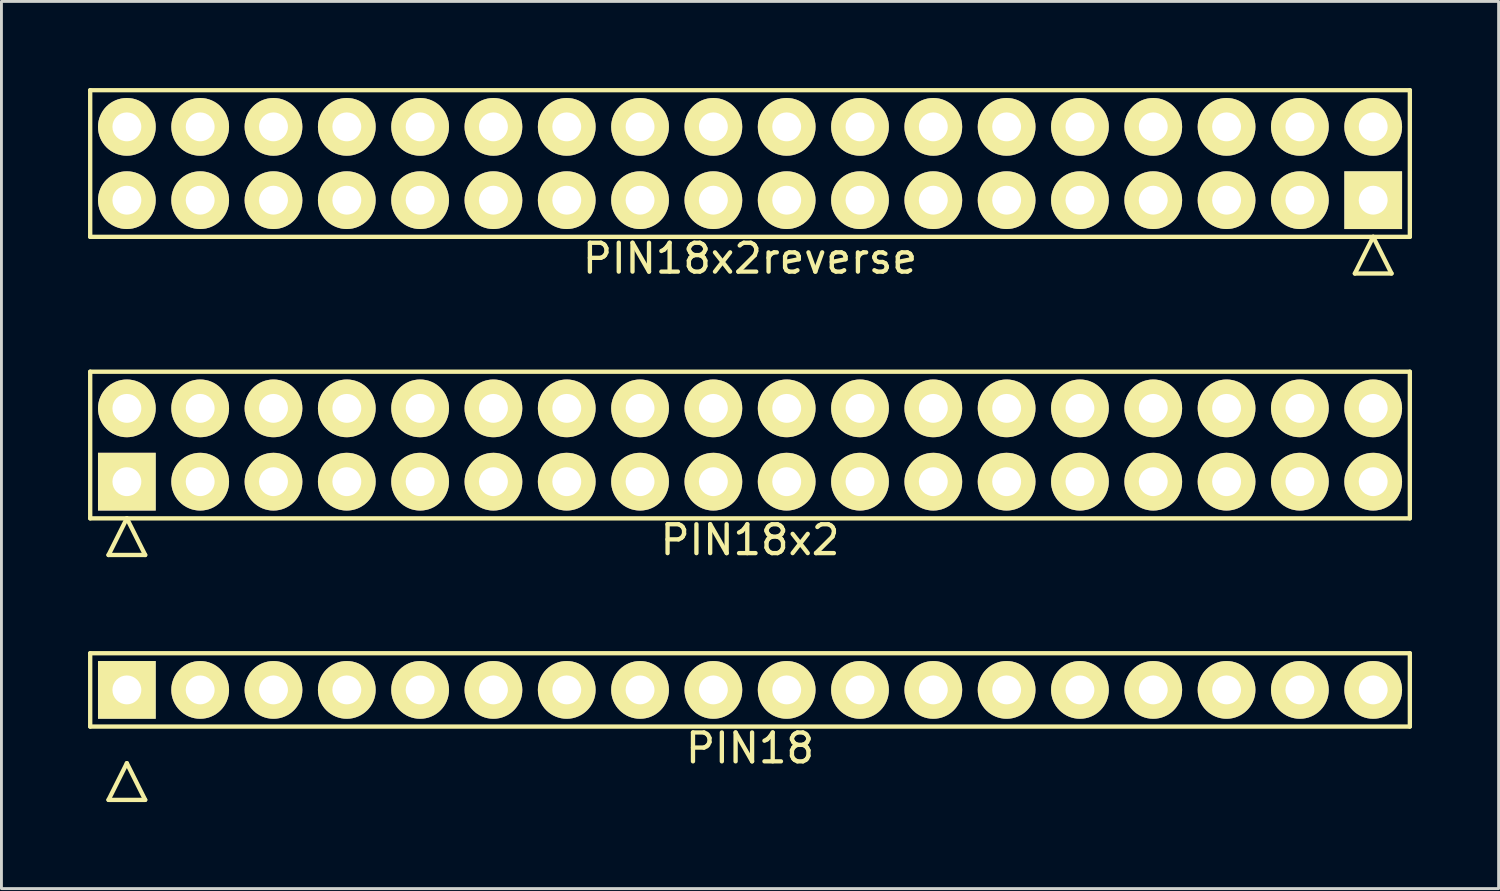
<source format=kicad_pcb>
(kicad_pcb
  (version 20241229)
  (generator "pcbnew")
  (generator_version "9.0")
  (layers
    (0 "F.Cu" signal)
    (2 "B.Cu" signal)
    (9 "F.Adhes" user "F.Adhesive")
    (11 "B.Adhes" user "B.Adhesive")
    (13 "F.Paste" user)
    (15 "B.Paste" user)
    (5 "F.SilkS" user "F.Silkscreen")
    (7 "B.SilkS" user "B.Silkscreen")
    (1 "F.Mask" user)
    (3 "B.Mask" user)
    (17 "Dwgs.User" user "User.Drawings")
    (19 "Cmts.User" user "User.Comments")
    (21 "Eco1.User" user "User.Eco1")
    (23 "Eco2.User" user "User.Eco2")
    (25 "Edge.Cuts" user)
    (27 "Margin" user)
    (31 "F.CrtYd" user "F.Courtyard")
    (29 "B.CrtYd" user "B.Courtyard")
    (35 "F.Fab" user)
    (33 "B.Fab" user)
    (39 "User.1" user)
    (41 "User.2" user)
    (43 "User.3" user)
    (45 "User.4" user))
  (footprint "PIN18x2reverse"
    (layer "F.Cu")
    (at 22.935 2.615)
    (property "Reference" "PIN18x2reverse" (at 0 3.29 0) (layer "F.SilkS") (effects (font (size 1 1) (thickness 0.15))))
    (attr through_hole)
    (fp_line (start -22.86 -2.54) (end 22.86 -2.54) (stroke (width 0.15) (type solid)) (layer "F.SilkS"))
    (fp_line (start -22.86 2.54) (end -22.86 -2.54) (stroke (width 0.15) (type solid)) (layer "F.SilkS"))
    (fp_line (start 20.955 3.81) (end 21.59 2.54) (stroke (width 0.15) (type solid)) (layer "F.SilkS"))
    (fp_line (start 22.225 3.81) (end 20.955 3.81) (stroke (width 0.15) (type solid)) (layer "F.SilkS"))
    (fp_line (start 22.225 3.81) (end 21.59 2.54) (stroke (width 0.15) (type solid)) (layer "F.SilkS"))
    (fp_line (start 22.86 -2.54) (end 22.86 2.54) (stroke (width 0.15) (type solid)) (layer "F.SilkS"))
    (fp_line (start 22.86 2.54) (end -22.86 2.54) (stroke (width 0.15) (type solid)) (layer "F.SilkS"))
    (pad "1" thru_hole rect (at 21.59 1.27 180) (size 2 2) (drill 1) (layers "*.Cu" "*.Mask" "F.SilkS"))
    (pad "2" thru_hole circle (at 21.59 -1.27 180) (size 2 2) (drill 1) (layers "*.Cu" "*.Mask" "F.SilkS"))
    (pad "3" thru_hole circle (at 19.05 1.27 180) (size 2 2) (drill 1) (layers "*.Cu" "*.Mask" "F.SilkS"))
    (pad "4" thru_hole circle (at 19.05 -1.27 180) (size 2 2) (drill 1) (layers "*.Cu" "*.Mask" "F.SilkS"))
    (pad "5" thru_hole circle (at 16.51 1.27 180) (size 2 2) (drill 1) (layers "*.Cu" "*.Mask" "F.SilkS"))
    (pad "6" thru_hole circle (at 16.51 -1.27 180) (size 2 2) (drill 1) (layers "*.Cu" "*.Mask" "F.SilkS"))
    (pad "7" thru_hole circle (at 13.97 1.27 180) (size 2 2) (drill 1) (layers "*.Cu" "*.Mask" "F.SilkS"))
    (pad "8" thru_hole circle (at 13.97 -1.27 180) (size 2 2) (drill 1) (layers "*.Cu" "*.Mask" "F.SilkS"))
    (pad "9" thru_hole circle (at 11.43 1.27 180) (size 2 2) (drill 1) (layers "*.Cu" "*.Mask" "F.SilkS"))
    (pad "10" thru_hole circle (at 11.43 -1.27 180) (size 2 2) (drill 1) (layers "*.Cu" "*.Mask" "F.SilkS"))
    (pad "11" thru_hole circle (at 8.89 1.27 180) (size 2 2) (drill 1) (layers "*.Cu" "*.Mask" "F.SilkS"))
    (pad "12" thru_hole circle (at 8.89 -1.27 180) (size 2 2) (drill 1) (layers "*.Cu" "*.Mask" "F.SilkS"))
    (pad "13" thru_hole circle (at 6.35 1.27 180) (size 2 2) (drill 1) (layers "*.Cu" "*.Mask" "F.SilkS"))
    (pad "14" thru_hole circle (at 6.35 -1.27 180) (size 2 2) (drill 1) (layers "*.Cu" "*.Mask" "F.SilkS"))
    (pad "15" thru_hole circle (at 3.81 1.27 180) (size 2 2) (drill 1) (layers "*.Cu" "*.Mask" "F.SilkS"))
    (pad "16" thru_hole circle (at 3.81 -1.27 180) (size 2 2) (drill 1) (layers "*.Cu" "*.Mask" "F.SilkS"))
    (pad "17" thru_hole circle (at 1.27 1.27 180) (size 2 2) (drill 1) (layers "*.Cu" "*.Mask" "F.SilkS"))
    (pad "18" thru_hole circle (at 1.27 -1.27 180) (size 2 2) (drill 1) (layers "*.Cu" "*.Mask" "F.SilkS"))
    (pad "19" thru_hole circle (at -1.27 1.27 180) (size 2 2) (drill 1) (layers "*.Cu" "*.Mask" "F.SilkS"))
    (pad "20" thru_hole circle (at -1.27 -1.27 180) (size 2 2) (drill 1) (layers "*.Cu" "*.Mask" "F.SilkS"))
    (pad "21" thru_hole circle (at -3.81 1.27 180) (size 2 2) (drill 1) (layers "*.Cu" "*.Mask" "F.SilkS"))
    (pad "22" thru_hole circle (at -3.81 -1.27 180) (size 2 2) (drill 1) (layers "*.Cu" "*.Mask" "F.SilkS"))
    (pad "23" thru_hole circle (at -6.35 1.27 180) (size 2 2) (drill 1) (layers "*.Cu" "*.Mask" "F.SilkS"))
    (pad "24" thru_hole circle (at -6.35 -1.27 180) (size 2 2) (drill 1) (layers "*.Cu" "*.Mask" "F.SilkS"))
    (pad "25" thru_hole circle (at -8.89 1.27 180) (size 2 2) (drill 1) (layers "*.Cu" "*.Mask" "F.SilkS"))
    (pad "26" thru_hole circle (at -8.89 -1.27 180) (size 2 2) (drill 1) (layers "*.Cu" "*.Mask" "F.SilkS"))
    (pad "27" thru_hole circle (at -11.43 1.27 180) (size 2 2) (drill 1) (layers "*.Cu" "*.Mask" "F.SilkS"))
    (pad "28" thru_hole circle (at -11.43 -1.27 180) (size 2 2) (drill 1) (layers "*.Cu" "*.Mask" "F.SilkS"))
    (pad "29" thru_hole circle (at -13.97 1.27 180) (size 2 2) (drill 1) (layers "*.Cu" "*.Mask" "F.SilkS"))
    (pad "30" thru_hole circle (at -13.97 -1.27 180) (size 2 2) (drill 1) (layers "*.Cu" "*.Mask" "F.SilkS"))
    (pad "31" thru_hole circle (at -16.51 1.27 180) (size 2 2) (drill 1) (layers "*.Cu" "*.Mask" "F.SilkS"))
    (pad "32" thru_hole circle (at -16.51 -1.27 180) (size 2 2) (drill 1) (layers "*.Cu" "*.Mask" "F.SilkS"))
    (pad "33" thru_hole circle (at -19.05 1.27 180) (size 2 2) (drill 1) (layers "*.Cu" "*.Mask" "F.SilkS"))
    (pad "34" thru_hole circle (at -19.05 -1.27 180) (size 2 2) (drill 1) (layers "*.Cu" "*.Mask" "F.SilkS"))
    (pad "35" thru_hole circle (at -21.59 1.27 180) (size 2 2) (drill 1) (layers "*.Cu" "*.Mask" "F.SilkS"))
    (pad "36" thru_hole circle (at -21.59 -1.27 180) (size 2 2) (drill 1) (layers "*.Cu" "*.Mask" "F.SilkS")))
  (footprint "PIN18"
    (layer "F.Cu")
    (at 22.935 20.852)
    (property "Reference" "PIN18" (at 0 2.02 0) (layer "F.SilkS") (effects (font (size 1 1) (thickness 0.15))))
    (attr through_hole)
    (fp_line (start -22.86 -1.27) (end -22.86 1.27) (stroke (width 0.15) (type solid)) (layer "F.SilkS"))
    (fp_line (start -22.86 1.27) (end 22.86 1.27) (stroke (width 0.15) (type solid)) (layer "F.SilkS"))
    (fp_line (start -22.225 3.81) (end -21.59 2.54) (stroke (width 0.15) (type solid)) (layer "F.SilkS"))
    (fp_line (start -22.225 3.81) (end -20.955 3.81) (stroke (width 0.15) (type solid)) (layer "F.SilkS"))
    (fp_line (start -20.955 3.81) (end -21.59 2.54) (stroke (width 0.15) (type solid)) (layer "F.SilkS"))
    (fp_line (start 22.86 -1.27) (end -22.86 -1.27) (stroke (width 0.15) (type solid)) (layer "F.SilkS"))
    (fp_line (start 22.86 1.27) (end 22.86 -1.27) (stroke (width 0.15) (type solid)) (layer "F.SilkS"))
    (pad "1" thru_hole rect (at -21.59 0) (size 2 2) (drill 1) (layers "*.Cu" "*.Mask" "F.SilkS"))
    (pad "2" thru_hole circle (at -19.05 0) (size 2 2) (drill 1) (layers "*.Cu" "*.Mask" "F.SilkS"))
    (pad "3" thru_hole circle (at -16.51 0) (size 2 2) (drill 1) (layers "*.Cu" "*.Mask" "F.SilkS"))
    (pad "4" thru_hole circle (at -13.97 0) (size 2 2) (drill 1) (layers "*.Cu" "*.Mask" "F.SilkS"))
    (pad "5" thru_hole circle (at -11.43 0) (size 2 2) (drill 1) (layers "*.Cu" "*.Mask" "F.SilkS"))
    (pad "6" thru_hole circle (at -8.89 0) (size 2 2) (drill 1) (layers "*.Cu" "*.Mask" "F.SilkS"))
    (pad "7" thru_hole circle (at -6.35 0) (size 2 2) (drill 1) (layers "*.Cu" "*.Mask" "F.SilkS"))
    (pad "8" thru_hole circle (at -3.81 0) (size 2 2) (drill 1) (layers "*.Cu" "*.Mask" "F.SilkS"))
    (pad "9" thru_hole circle (at -1.27 0) (size 2 2) (drill 1) (layers "*.Cu" "*.Mask" "F.SilkS"))
    (pad "10" thru_hole circle (at 1.27 0) (size 2 2) (drill 1) (layers "*.Cu" "*.Mask" "F.SilkS"))
    (pad "11" thru_hole circle (at 3.81 0) (size 2 2) (drill 1) (layers "*.Cu" "*.Mask" "F.SilkS"))
    (pad "12" thru_hole circle (at 6.35 0) (size 2 2) (drill 1) (layers "*.Cu" "*.Mask" "F.SilkS"))
    (pad "13" thru_hole circle (at 8.89 0) (size 2 2) (drill 1) (layers "*.Cu" "*.Mask" "F.SilkS"))
    (pad "14" thru_hole circle (at 11.43 0) (size 2 2) (drill 1) (layers "*.Cu" "*.Mask" "F.SilkS"))
    (pad "15" thru_hole circle (at 13.97 0) (size 2 2) (drill 1) (layers "*.Cu" "*.Mask" "F.SilkS"))
    (pad "16" thru_hole circle (at 16.51 0) (size 2 2) (drill 1) (layers "*.Cu" "*.Mask" "F.SilkS"))
    (pad "17" thru_hole circle (at 19.05 0) (size 2 2) (drill 1) (layers "*.Cu" "*.Mask" "F.SilkS"))
    (pad "18" thru_hole circle (at 21.59 0) (size 2 2) (drill 1) (layers "*.Cu" "*.Mask" "F.SilkS")))
  (footprint "PIN18x2"
    (layer "F.Cu")
    (at 22.935 12.368)
    (property "Reference" "PIN18x2" (at 0 3.29 0) (layer "F.SilkS") (effects (font (size 1 1) (thickness 0.15))))
    (attr through_hole)
    (fp_line (start -22.86 -2.54) (end -22.86 2.54) (stroke (width 0.15) (type solid)) (layer "F.SilkS"))
    (fp_line (start -22.86 2.54) (end 22.86 2.54) (stroke (width 0.15) (type solid)) (layer "F.SilkS"))
    (fp_line (start -22.225 3.81) (end -21.59 2.54) (stroke (width 0.15) (type solid)) (layer "F.SilkS"))
    (fp_line (start -22.225 3.81) (end -20.955 3.81) (stroke (width 0.15) (type solid)) (layer "F.SilkS"))
    (fp_line (start -20.955 3.81) (end -21.59 2.54) (stroke (width 0.15) (type solid)) (layer "F.SilkS"))
    (fp_line (start 22.86 -2.54) (end -22.86 -2.54) (stroke (width 0.15) (type solid)) (layer "F.SilkS"))
    (fp_line (start 22.86 2.54) (end 22.86 -2.54) (stroke (width 0.15) (type solid)) (layer "F.SilkS"))
    (pad "1" thru_hole rect (at -21.59 1.27) (size 2 2) (drill 1) (layers "*.Cu" "*.Mask" "F.SilkS"))
    (pad "2" thru_hole circle (at -21.59 -1.27) (size 2 2) (drill 1) (layers "*.Cu" "*.Mask" "F.SilkS"))
    (pad "3" thru_hole circle (at -19.05 1.27) (size 2 2) (drill 1) (layers "*.Cu" "*.Mask" "F.SilkS"))
    (pad "4" thru_hole circle (at -19.05 -1.27) (size 2 2) (drill 1) (layers "*.Cu" "*.Mask" "F.SilkS"))
    (pad "5" thru_hole circle (at -16.51 1.27) (size 2 2) (drill 1) (layers "*.Cu" "*.Mask" "F.SilkS"))
    (pad "6" thru_hole circle (at -16.51 -1.27) (size 2 2) (drill 1) (layers "*.Cu" "*.Mask" "F.SilkS"))
    (pad "7" thru_hole circle (at -13.97 1.27) (size 2 2) (drill 1) (layers "*.Cu" "*.Mask" "F.SilkS"))
    (pad "8" thru_hole circle (at -13.97 -1.27) (size 2 2) (drill 1) (layers "*.Cu" "*.Mask" "F.SilkS"))
    (pad "9" thru_hole circle (at -11.43 1.27) (size 2 2) (drill 1) (layers "*.Cu" "*.Mask" "F.SilkS"))
    (pad "10" thru_hole circle (at -11.43 -1.27) (size 2 2) (drill 1) (layers "*.Cu" "*.Mask" "F.SilkS"))
    (pad "11" thru_hole circle (at -8.89 1.27) (size 2 2) (drill 1) (layers "*.Cu" "*.Mask" "F.SilkS"))
    (pad "12" thru_hole circle (at -8.89 -1.27) (size 2 2) (drill 1) (layers "*.Cu" "*.Mask" "F.SilkS"))
    (pad "13" thru_hole circle (at -6.35 1.27) (size 2 2) (drill 1) (layers "*.Cu" "*.Mask" "F.SilkS"))
    (pad "14" thru_hole circle (at -6.35 -1.27) (size 2 2) (drill 1) (layers "*.Cu" "*.Mask" "F.SilkS"))
    (pad "15" thru_hole circle (at -3.81 1.27) (size 2 2) (drill 1) (layers "*.Cu" "*.Mask" "F.SilkS"))
    (pad "16" thru_hole circle (at -3.81 -1.27) (size 2 2) (drill 1) (layers "*.Cu" "*.Mask" "F.SilkS"))
    (pad "17" thru_hole circle (at -1.27 1.27) (size 2 2) (drill 1) (layers "*.Cu" "*.Mask" "F.SilkS"))
    (pad "18" thru_hole circle (at -1.27 -1.27) (size 2 2) (drill 1) (layers "*.Cu" "*.Mask" "F.SilkS"))
    (pad "19" thru_hole circle (at 1.27 1.27) (size 2 2) (drill 1) (layers "*.Cu" "*.Mask" "F.SilkS"))
    (pad "20" thru_hole circle (at 1.27 -1.27) (size 2 2) (drill 1) (layers "*.Cu" "*.Mask" "F.SilkS"))
    (pad "21" thru_hole circle (at 3.81 1.27) (size 2 2) (drill 1) (layers "*.Cu" "*.Mask" "F.SilkS"))
    (pad "22" thru_hole circle (at 3.81 -1.27) (size 2 2) (drill 1) (layers "*.Cu" "*.Mask" "F.SilkS"))
    (pad "23" thru_hole circle (at 6.35 1.27) (size 2 2) (drill 1) (layers "*.Cu" "*.Mask" "F.SilkS"))
    (pad "24" thru_hole circle (at 6.35 -1.27) (size 2 2) (drill 1) (layers "*.Cu" "*.Mask" "F.SilkS"))
    (pad "25" thru_hole circle (at 8.89 1.27) (size 2 2) (drill 1) (layers "*.Cu" "*.Mask" "F.SilkS"))
    (pad "26" thru_hole circle (at 8.89 -1.27) (size 2 2) (drill 1) (layers "*.Cu" "*.Mask" "F.SilkS"))
    (pad "27" thru_hole circle (at 11.43 1.27) (size 2 2) (drill 1) (layers "*.Cu" "*.Mask" "F.SilkS"))
    (pad "28" thru_hole circle (at 11.43 -1.27) (size 2 2) (drill 1) (layers "*.Cu" "*.Mask" "F.SilkS"))
    (pad "29" thru_hole circle (at 13.97 1.27) (size 2 2) (drill 1) (layers "*.Cu" "*.Mask" "F.SilkS"))
    (pad "30" thru_hole circle (at 13.97 -1.27) (size 2 2) (drill 1) (layers "*.Cu" "*.Mask" "F.SilkS"))
    (pad "31" thru_hole circle (at 16.51 1.27) (size 2 2) (drill 1) (layers "*.Cu" "*.Mask" "F.SilkS"))
    (pad "32" thru_hole circle (at 16.51 -1.27) (size 2 2) (drill 1) (layers "*.Cu" "*.Mask" "F.SilkS"))
    (pad "33" thru_hole circle (at 19.05 1.27) (size 2 2) (drill 1) (layers "*.Cu" "*.Mask" "F.SilkS"))
    (pad "34" thru_hole circle (at 19.05 -1.27) (size 2 2) (drill 1) (layers "*.Cu" "*.Mask" "F.SilkS"))
    (pad "35" thru_hole circle (at 21.59 1.27) (size 2 2) (drill 1) (layers "*.Cu" "*.Mask" "F.SilkS"))
    (pad "36" thru_hole circle (at 21.59 -1.27) (size 2 2) (drill 1) (layers "*.Cu" "*.Mask" "F.SilkS")))
  (gr_rect
    (start -3 -3)
    (end 48.87 27.736)
    (stroke (width 0.1) (type default))
    (fill no)
    (layer "Edge.Cuts")))
</source>
